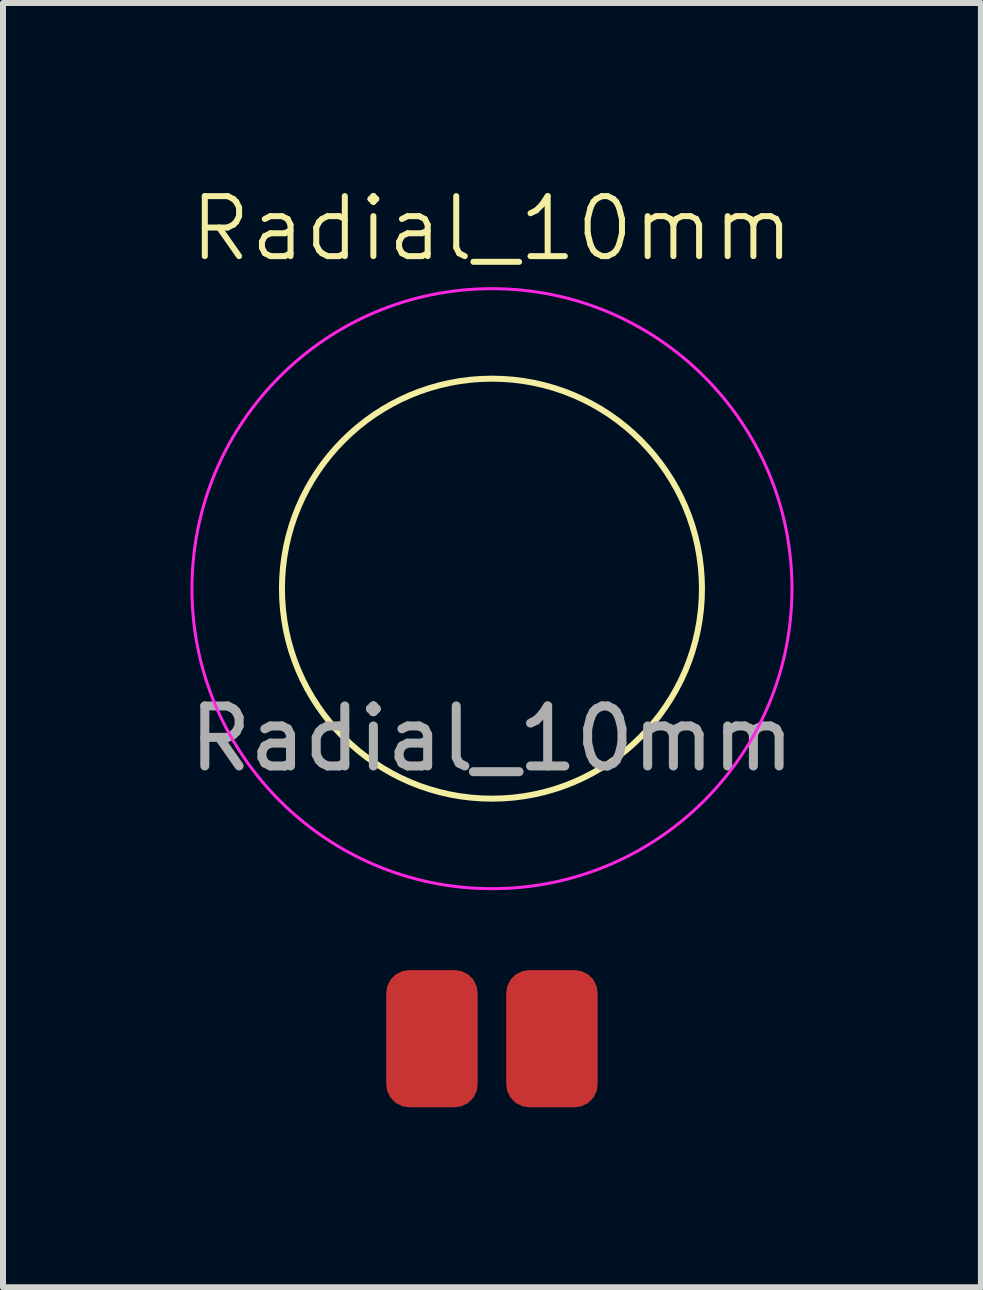
<source format=kicad_pcb>
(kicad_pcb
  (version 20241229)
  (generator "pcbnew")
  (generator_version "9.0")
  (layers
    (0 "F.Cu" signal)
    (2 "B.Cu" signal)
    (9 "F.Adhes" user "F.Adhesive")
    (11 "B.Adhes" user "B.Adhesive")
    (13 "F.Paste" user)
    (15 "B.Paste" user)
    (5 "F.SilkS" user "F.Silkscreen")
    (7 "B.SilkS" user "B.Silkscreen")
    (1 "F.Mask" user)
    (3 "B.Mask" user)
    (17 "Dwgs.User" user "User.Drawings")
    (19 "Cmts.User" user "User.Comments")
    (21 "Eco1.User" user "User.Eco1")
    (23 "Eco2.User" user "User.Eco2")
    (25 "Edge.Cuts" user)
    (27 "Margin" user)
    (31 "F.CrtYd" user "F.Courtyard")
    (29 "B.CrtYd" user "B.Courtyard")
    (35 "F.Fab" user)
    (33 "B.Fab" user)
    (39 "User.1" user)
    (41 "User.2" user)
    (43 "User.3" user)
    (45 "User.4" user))
  (footprint "Radial_10mm"
    (layer "F.Cu")
    (at 5.149 6.761)
    (property "Reference" "Radial_10mm" (at 0 -6 0) (unlocked yes) (layer "F.SilkS") (effects (font (size 1 1) (thickness 0.1))))
    (attr smd)
    (fp_circle (center 0 0) (end 0 -3.5) (stroke (width 0.1) (type default)) (fill no) (layer "F.SilkS"))
    (fp_circle (center 0 0) (end 0 -5) (stroke (width 0.05) (type default)) (fill no) (layer "F.CrtYd"))
    (fp_text user "${REFERENCE}" (at 0 2.5 0) (unlocked yes) (layer "F.Fab") (effects (font (size 1 1) (thickness 0.15))))
    (pad "1" smd roundrect (at -1 7.5 90) (size 2.286 1.524) (layers "F.Cu" "F.Mask" "F.Paste") (roundrect_rratio 0.25))
    (pad "2" smd roundrect (at 1 7.5 90) (size 2.286 1.524) (layers "F.Cu" "F.Mask" "F.Paste") (roundrect_rratio 0.25)))
  (gr_rect
    (start -3 -3)
    (end 13.298 18.404)
    (stroke (width 0.1) (type default))
    (fill no)
    (layer "Edge.Cuts")))
</source>
